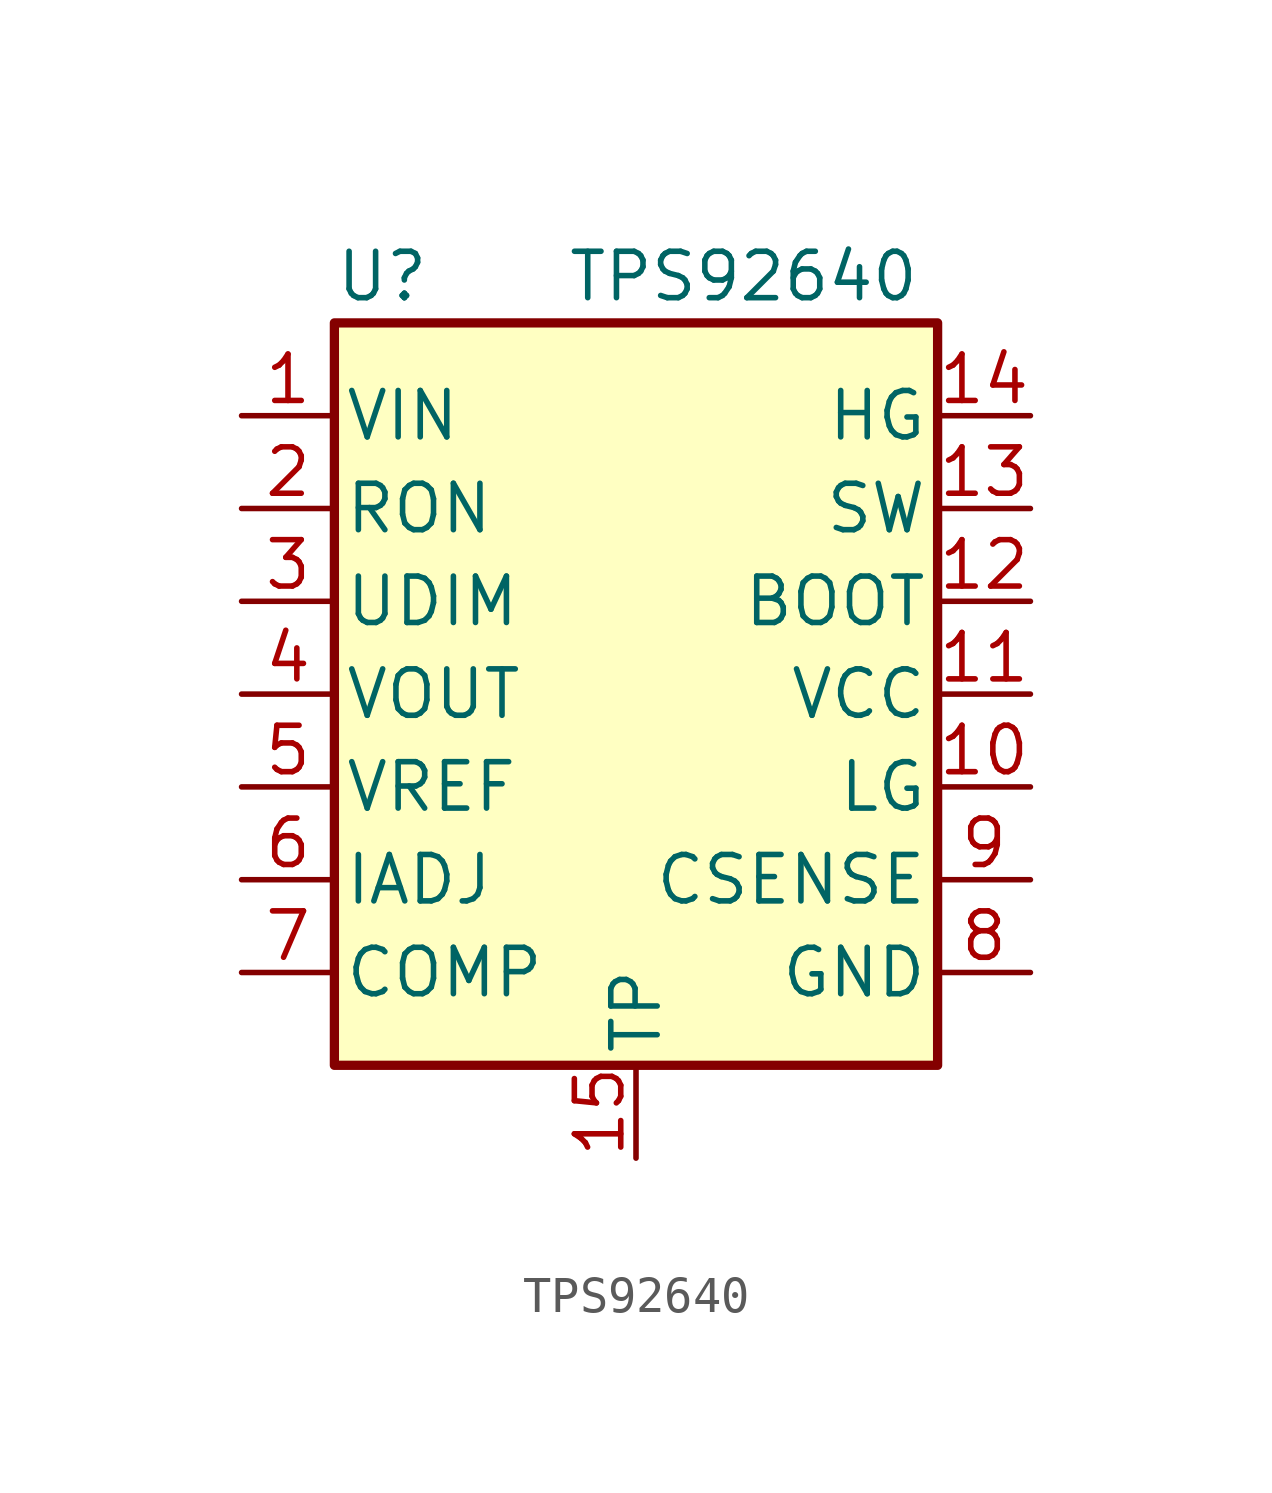
<source format=kicad_sym>
(kicad_symbol_lib
  (version 20201005)
  (generator kicad_symbol_editor)
  (symbol "ti_reg:TPS92640"
    (pin_names
      (offset 0.254))
    (property "Reference" "U"
      (at -7.62 11.43 0)
      (effects (font (size 1.27 1.27)) (justify left)))
    (property "Value" "TPS92640"
      (at -1.27 11.43 0)
      (effects (font (size 1.27 1.27)) (justify left)))
    (symbol "TPS92640_0_1"
      (rectangle (start -7.62 10.16) (end 8.89 -10.16) (stroke (width 0.254)) (fill (type background))))
    (symbol "TPS92640_1_1"
      (pin power_in line (at -10.16 7.62 0) (length 2.54) (name "VIN" (effects (font (size 1.27 1.27)))) (number "1" (effects (font (size 1.27 1.27)))))
      (pin input line (at -10.16 5.08 0) (length 2.54) (name "RON" (effects (font (size 1.27 1.27)))) (number "2" (effects (font (size 1.27 1.27)))))
      (pin input line (at -10.16 2.54 0) (length 2.54) (name "UDIM" (effects (font (size 1.27 1.27)))) (number "3" (effects (font (size 1.27 1.27)))))
      (pin input line (at -10.16 0 0) (length 2.54) (name "VOUT" (effects (font (size 1.27 1.27)))) (number "4" (effects (font (size 1.27 1.27)))))
      (pin output line (at -10.16 -2.54 0) (length 2.54) (name "VREF" (effects (font (size 1.27 1.27)))) (number "5" (effects (font (size 1.27 1.27)))))
      (pin input line (at -10.16 -5.08 0) (length 2.54) (name "IADJ" (effects (font (size 1.27 1.27)))) (number "6" (effects (font (size 1.27 1.27)))))
      (pin output line (at -10.16 -7.62 0) (length 2.54) (name "COMP" (effects (font (size 1.27 1.27)))) (number "7" (effects (font (size 1.27 1.27)))))
      (pin power_in line (at 11.43 -7.62 180) (length 2.54) (name "GND" (effects (font (size 1.27 1.27)))) (number "8" (effects (font (size 1.27 1.27)))))
      (pin input line (at 11.43 -5.08 180) (length 2.54) (name "CSENSE" (effects (font (size 1.27 1.27)))) (number "9" (effects (font (size 1.27 1.27)))))
      (pin output line (at 11.43 -2.54 180) (length 2.54) (name "LG" (effects (font (size 1.27 1.27)))) (number "10" (effects (font (size 1.27 1.27)))))
      (pin power_out line (at 11.43 0 180) (length 2.54) (name "VCC" (effects (font (size 1.27 1.27)))) (number "11" (effects (font (size 1.27 1.27)))))
      (pin output line (at 11.43 2.54 180) (length 2.54) (name "BOOT" (effects (font (size 1.27 1.27)))) (number "12" (effects (font (size 1.27 1.27)))))
      (pin output line (at 11.43 5.08 180) (length 2.54) (name "SW" (effects (font (size 1.27 1.27)))) (number "13" (effects (font (size 1.27 1.27)))))
      (pin output line (at 11.43 7.62 180) (length 2.54) (name "HG" (effects (font (size 1.27 1.27)))) (number "14" (effects (font (size 1.27 1.27)))))
      (pin passive line (at 0.635 -12.7 90) (length 2.54) (name "TP" (effects (font (size 1.27 1.27)))) (number "15" (effects (font (size 1.27 1.27))))))))
</source>
